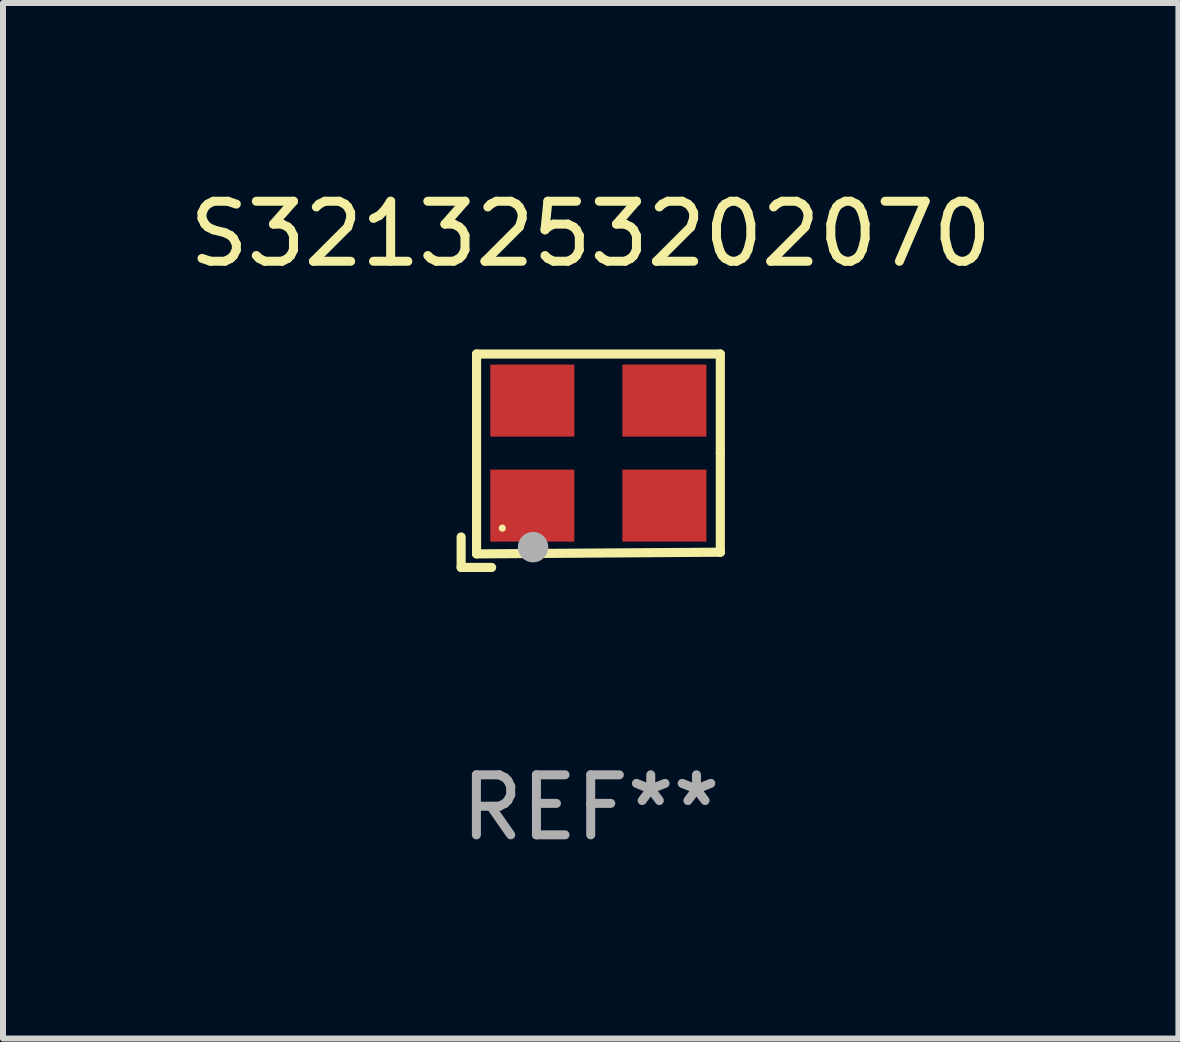
<source format=kicad_pcb>
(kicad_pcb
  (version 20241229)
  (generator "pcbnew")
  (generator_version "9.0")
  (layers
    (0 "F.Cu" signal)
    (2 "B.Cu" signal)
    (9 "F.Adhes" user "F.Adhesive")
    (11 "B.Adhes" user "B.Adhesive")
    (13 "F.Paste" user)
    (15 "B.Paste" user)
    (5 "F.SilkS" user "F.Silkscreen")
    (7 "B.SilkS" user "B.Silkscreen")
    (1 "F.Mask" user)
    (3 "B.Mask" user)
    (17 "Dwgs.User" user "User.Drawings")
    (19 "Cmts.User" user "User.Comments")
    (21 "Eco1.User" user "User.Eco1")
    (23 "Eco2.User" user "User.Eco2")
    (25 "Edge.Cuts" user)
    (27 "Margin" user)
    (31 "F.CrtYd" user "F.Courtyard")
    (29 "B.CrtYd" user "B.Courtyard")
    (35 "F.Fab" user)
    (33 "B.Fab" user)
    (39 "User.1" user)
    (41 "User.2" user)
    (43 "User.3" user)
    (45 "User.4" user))
  (footprint "S3213253202070"
    (layer "F.Cu")
    (at 6.792 4.626)
    (property "Reference" "S3213253202070" (at 0 -3.778 0) (layer "F.SilkS") (effects (font (size 1 1) (thickness 0.15))))
    (attr through_hole)
    (fp_line (start -2.159 1.27) (end -2.159 1.778) (stroke (width 0.152) (type solid)) (layer "F.SilkS"))
    (fp_line (start -2.159 1.778) (end -1.651 1.778) (stroke (width 0.152) (type solid)) (layer "F.SilkS"))
    (fp_line (start -1.902 -1.778) (end 2.159 -1.778) (stroke (width 0.152) (type solid)) (layer "F.SilkS"))
    (fp_line (start -1.902 1.552) (end -1.902 -1.778) (stroke (width 0.152) (type solid)) (layer "F.SilkS"))
    (fp_line (start 2.159 -1.778) (end 2.159 -0.127) (stroke (width 0.152) (type solid)) (layer "F.SilkS"))
    (fp_line (start 2.159 -0.127) (end 2.159 1.524) (stroke (width 0.152) (type solid)) (layer "F.SilkS"))
    (fp_line (start 2.159 1.524) (end -1.902 1.552) (stroke (width 0.152) (type solid)) (layer "F.SilkS"))
    (fp_line (start 2.159 1.524) (end 2.159 1.524) (stroke (width 0.152) (type solid)) (layer "F.SilkS"))
    (fp_circle (center -1.473 1.123) (end -1.443 1.123) (stroke (width 0.06) (type solid)) (fill no) (layer "F.SilkS"))
    (fp_circle (center -0.961 1.44) (end -0.834 1.44) (stroke (width 0.254) (type solid)) (fill no) (layer "F.Fab"))
    (fp_text user "REF**" (at 0 5.778 0) (layer "F.Fab") (effects (font (size 1 1) (thickness 0.15))))
    (pad "1" smd rect (at -0.973 0.748) (size 1.4 1.2) (layers "F.Cu" "F.Mask" "F.Paste"))
    (pad "2" smd rect (at 1.227 0.748) (size 1.4 1.2) (layers "F.Cu" "F.Mask" "F.Paste"))
    (pad "3" smd rect (at 1.227 -1.002) (size 1.4 1.2) (layers "F.Cu" "F.Mask" "F.Paste"))
    (pad "4" smd rect (at -0.973 -1.002) (size 1.4 1.2) (layers "F.Cu" "F.Mask" "F.Paste")))
  (gr_rect
    (start -3 -3)
    (end 16.583 14.253)
    (stroke (width 0.1) (type default))
    (fill no)
    (layer "Edge.Cuts")))
</source>
